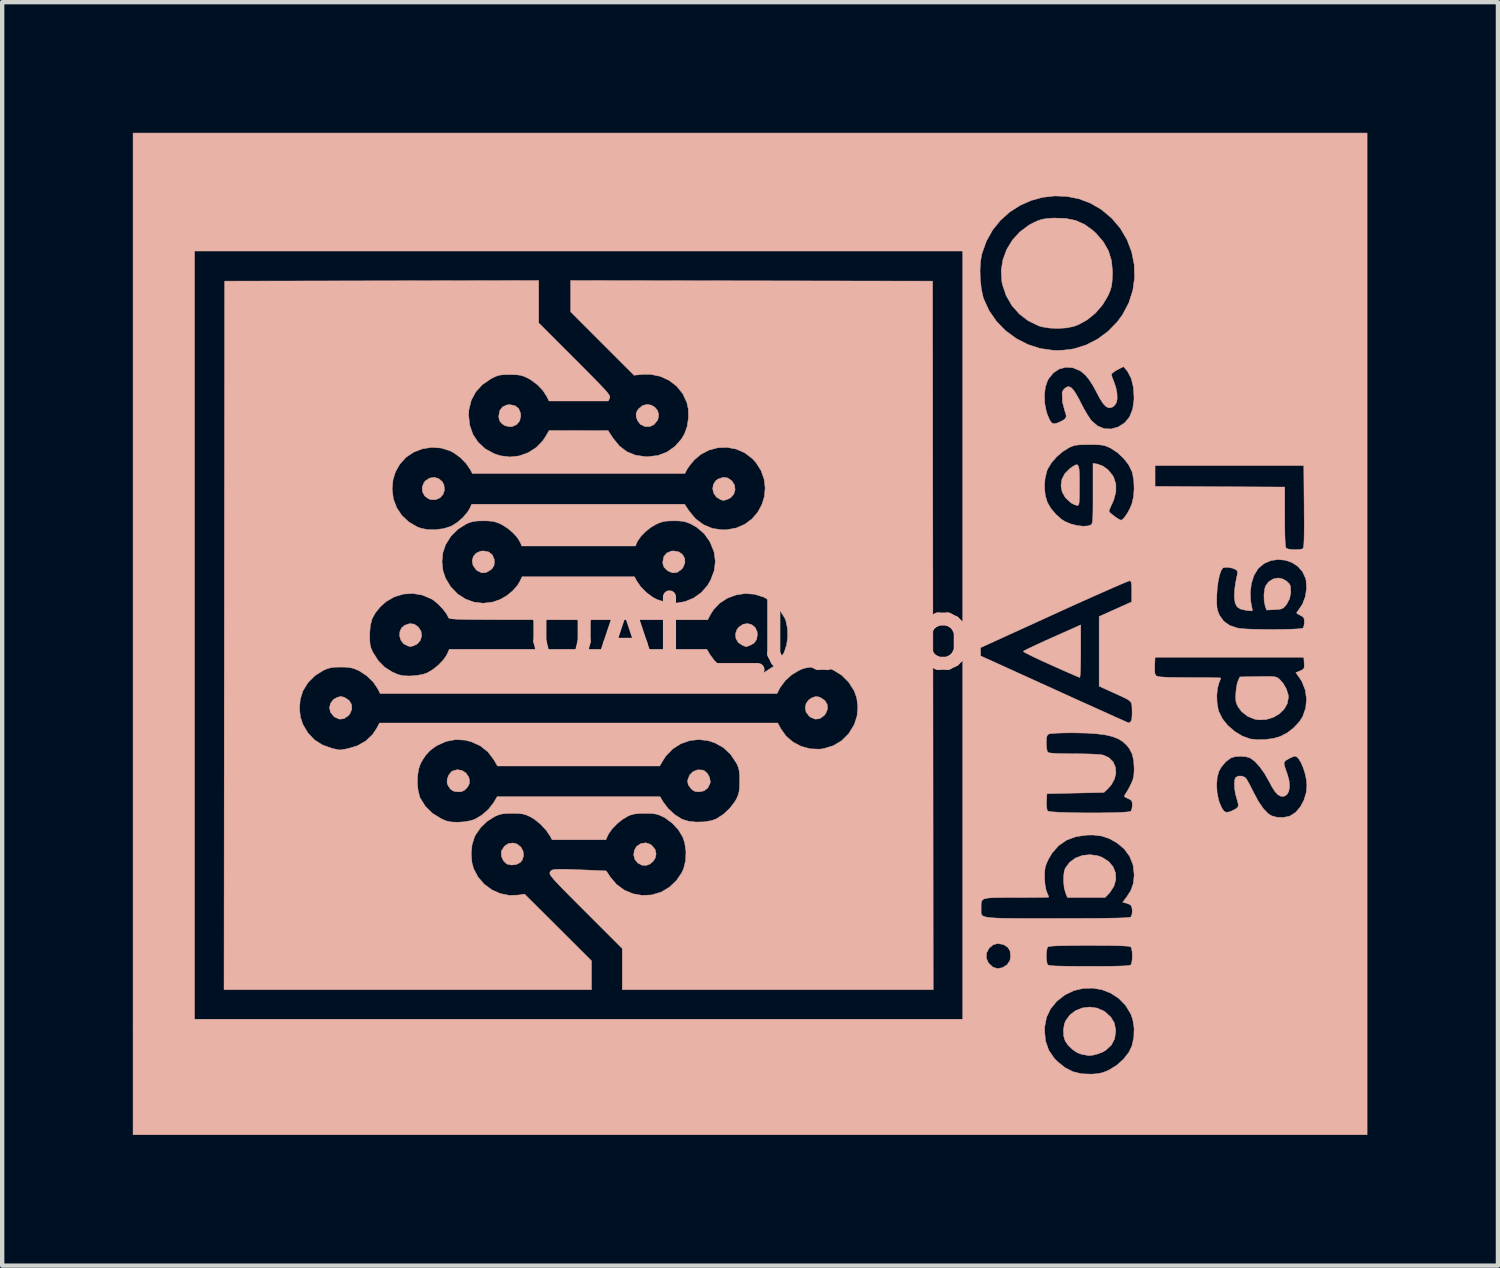
<source format=kicad_pcb>
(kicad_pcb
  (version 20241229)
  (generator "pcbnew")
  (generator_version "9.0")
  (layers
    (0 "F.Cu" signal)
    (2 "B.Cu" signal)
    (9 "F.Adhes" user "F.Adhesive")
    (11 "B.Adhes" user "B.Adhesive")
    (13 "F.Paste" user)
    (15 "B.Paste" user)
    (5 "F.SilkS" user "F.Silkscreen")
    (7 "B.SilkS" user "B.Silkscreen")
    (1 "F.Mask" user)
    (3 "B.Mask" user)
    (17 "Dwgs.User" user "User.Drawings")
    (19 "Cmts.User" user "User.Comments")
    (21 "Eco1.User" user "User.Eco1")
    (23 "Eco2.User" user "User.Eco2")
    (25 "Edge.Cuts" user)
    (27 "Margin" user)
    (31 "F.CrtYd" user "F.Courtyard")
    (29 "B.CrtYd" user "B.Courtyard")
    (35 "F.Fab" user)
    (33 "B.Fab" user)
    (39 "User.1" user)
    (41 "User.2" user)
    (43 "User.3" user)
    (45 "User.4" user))
  (footprint "OAL_logo"
    (layer "F.Cu")
    (at 14.173 11.491)
    (property "Reference" "OAL_logo" (at 0 0 0) (layer "B.SilkS") (effects (font (size 1.524 1.524) (thickness 0.3))))
    (attr through_hole)
    (fp_poly (pts (xy -7.15 -3.551) (xy -7.068 -3.481) (xy -7.029 -3.405) (xy -7.016 -3.29) (xy -7.049 -3.19) (xy -7.118 -3.113) (xy -7.212 -3.069) (xy -7.321 -3.068) (xy -7.381 -3.087) (xy -7.472 -3.154) (xy -7.522 -3.248) (xy -7.529 -3.354) (xy -7.489 -3.457) (xy -7.453 -3.502) (xy -7.356 -3.564) (xy -7.25 -3.58) (xy -7.15 -3.551)) (stroke (width 0.01) (type solid)) (fill yes) (layer "B.SilkS"))
    (fp_poly (pts (xy -9.356 1.459) (xy -9.301 1.479) (xy -9.204 1.545) (xy -9.15 1.637) (xy -9.144 1.741) (xy -9.187 1.845) (xy -9.226 1.893) (xy -9.325 1.961) (xy -9.427 1.972) (xy -9.533 1.927) (xy -9.565 1.902) (xy -9.635 1.812) (xy -9.657 1.71) (xy -9.634 1.609) (xy -9.568 1.523) (xy -9.495 1.479) (xy -9.419 1.454) (xy -9.356 1.459)) (stroke (width 0.01) (type solid)) (fill yes) (layer "B.SilkS"))
    (fp_poly (pts (xy -6.004 -1.868) (xy -5.92 -1.803) (xy -5.876 -1.701) (xy -5.87 -1.641) (xy -5.881 -1.553) (xy -5.922 -1.488) (xy -5.957 -1.456) (xy -6.063 -1.394) (xy -6.167 -1.389) (xy -6.267 -1.439) (xy -6.296 -1.465) (xy -6.363 -1.564) (xy -6.381 -1.667) (xy -6.355 -1.763) (xy -6.29 -1.839) (xy -6.191 -1.884) (xy -6.124 -1.891) (xy -6.004 -1.868)) (stroke (width 0.01) (type solid)) (fill yes) (layer "B.SilkS"))
    (fp_poly (pts (xy -5.399 -5.226) (xy -5.315 -5.161) (xy -5.271 -5.057) (xy -5.265 -4.991) (xy -5.29 -4.878) (xy -5.358 -4.793) (xy -5.46 -4.747) (xy -5.517 -4.741) (xy -5.628 -4.767) (xy -5.692 -4.809) (xy -5.748 -4.873) (xy -5.769 -4.95) (xy -5.77 -4.991) (xy -5.748 -5.112) (xy -5.683 -5.198) (xy -5.582 -5.243) (xy -5.517 -5.249) (xy -5.399 -5.226)) (stroke (width 0.01) (type solid)) (fill yes) (layer "B.SilkS"))
    (fp_poly (pts (xy -5.351 4.84) (xy -5.263 4.909) (xy -5.212 5.003) (xy -5.201 5.108) (xy -5.232 5.208) (xy -5.276 5.262) (xy -5.364 5.308) (xy -5.472 5.322) (xy -5.575 5.301) (xy -5.593 5.292) (xy -5.663 5.225) (xy -5.706 5.129) (xy -5.714 5.029) (xy -5.705 4.992) (xy -5.64 4.889) (xy -5.548 4.828) (xy -5.439 4.815) (xy -5.351 4.84)) (stroke (width 0.01) (type solid)) (fill yes) (layer "B.SilkS"))
    (fp_poly (pts (xy -2.297 4.843) (xy -2.247 4.88) (xy -2.179 4.967) (xy -2.158 5.061) (xy -2.175 5.154) (xy -2.224 5.235) (xy -2.297 5.297) (xy -2.385 5.33) (xy -2.483 5.325) (xy -2.577 5.276) (xy -2.646 5.191) (xy -2.672 5.089) (xy -2.658 4.985) (xy -2.605 4.894) (xy -2.517 4.833) (xy -2.502 4.828) (xy -2.393 4.811) (xy -2.297 4.843)) (stroke (width 0.01) (type solid)) (fill yes) (layer "B.SilkS"))
    (fp_poly (pts (xy -1.634 -1.868) (xy -1.55 -1.807) (xy -1.502 -1.721) (xy -1.496 -1.621) (xy -1.536 -1.518) (xy -1.578 -1.465) (xy -1.677 -1.398) (xy -1.779 -1.387) (xy -1.885 -1.431) (xy -1.917 -1.456) (xy -1.978 -1.521) (xy -2.002 -1.594) (xy -2.004 -1.641) (xy -1.981 -1.759) (xy -1.915 -1.842) (xy -1.811 -1.886) (xy -1.75 -1.891) (xy -1.634 -1.868)) (stroke (width 0.01) (type solid)) (fill yes) (layer "B.SilkS"))
    (fp_poly (pts (xy 1.566 1.459) (xy 1.621 1.479) (xy 1.718 1.545) (xy 1.772 1.637) (xy 1.778 1.741) (xy 1.735 1.845) (xy 1.696 1.893) (xy 1.597 1.961) (xy 1.495 1.972) (xy 1.389 1.927) (xy 1.357 1.902) (xy 1.287 1.812) (xy 1.265 1.71) (xy 1.288 1.609) (xy 1.354 1.523) (xy 1.427 1.479) (xy 1.503 1.454) (xy 1.566 1.459)) (stroke (width 0.01) (type solid)) (fill yes) (layer "B.SilkS"))
    (fp_poly (pts (xy -2.274 -5.24) (xy -2.191 -5.193) (xy -2.129 -5.121) (xy -2.099 -5.029) (xy -2.112 -4.925) (xy -2.129 -4.886) (xy -2.204 -4.794) (xy -2.301 -4.746) (xy -2.409 -4.745) (xy -2.512 -4.794) (xy -2.525 -4.805) (xy -2.586 -4.886) (xy -2.614 -4.969) (xy -2.617 -5.048) (xy -2.589 -5.114) (xy -2.554 -5.159) (xy -2.467 -5.229) (xy -2.37 -5.254) (xy -2.274 -5.24)) (stroke (width 0.01) (type solid)) (fill yes) (layer "B.SilkS"))
    (fp_poly (pts (xy -1.098 3.14) (xy -1.043 3.162) (xy -0.976 3.224) (xy -0.929 3.315) (xy -0.913 3.409) (xy -0.917 3.439) (xy -0.969 3.55) (xy -1.057 3.618) (xy -1.174 3.641) (xy -1.261 3.632) (xy -1.324 3.598) (xy -1.369 3.551) (xy -1.419 3.478) (xy -1.434 3.409) (xy -1.429 3.36) (xy -1.387 3.253) (xy -1.309 3.176) (xy -1.208 3.136) (xy -1.098 3.14)) (stroke (width 0.01) (type solid)) (fill yes) (layer "B.SilkS"))
    (fp_poly (pts (xy -0.512 -3.566) (xy -0.421 -3.502) (xy -0.359 -3.406) (xy -0.344 -3.3) (xy -0.372 -3.199) (xy -0.44 -3.117) (xy -0.511 -3.079) (xy -0.58 -3.057) (xy -0.622 -3.052) (xy -0.665 -3.064) (xy -0.677 -3.068) (xy -0.773 -3.128) (xy -0.834 -3.215) (xy -0.858 -3.315) (xy -0.844 -3.415) (xy -0.79 -3.501) (xy -0.733 -3.542) (xy -0.616 -3.581) (xy -0.512 -3.566)) (stroke (width 0.01) (type solid)) (fill yes) (layer "B.SilkS"))
    (fp_poly (pts (xy -7.71 -0.209) (xy -7.618 -0.143) (xy -7.556 -0.047) (xy -7.541 0.058) (xy -7.569 0.159) (xy -7.637 0.241) (xy -7.708 0.279) (xy -7.769 0.299) (xy -7.8 0.307) (xy -7.801 0.307) (xy -7.826 0.299) (xy -7.86 0.29) (xy -7.953 0.243) (xy -8.016 0.163) (xy -8.046 0.066) (xy -8.042 -0.034) (xy -8.002 -0.124) (xy -7.931 -0.183) (xy -7.814 -0.222) (xy -7.71 -0.209)) (stroke (width 0.01) (type solid)) (fill yes) (layer "B.SilkS"))
    (fp_poly (pts (xy 0.039 -0.197) (xy 0.116 -0.134) (xy 0.161 -0.038) (xy 0.168 0.023) (xy 0.151 0.141) (xy 0.093 0.223) (xy 0.013 0.271) (xy -0.052 0.296) (xy -0.088 0.308) (xy -0.091 0.309) (xy -0.12 0.298) (xy -0.169 0.279) (xy -0.268 0.215) (xy -0.324 0.123) (xy -0.336 0.018) (xy -0.3 -0.087) (xy -0.256 -0.143) (xy -0.16 -0.207) (xy -0.057 -0.223) (xy 0.039 -0.197)) (stroke (width 0.01) (type solid)) (fill yes) (layer "B.SilkS"))
    (fp_poly (pts (xy -6.616 3.15) (xy -6.524 3.209) (xy -6.461 3.302) (xy -6.445 3.36) (xy -6.442 3.439) (xy -6.47 3.505) (xy -6.505 3.551) (xy -6.567 3.611) (xy -6.634 3.637) (xy -6.7 3.641) (xy -6.801 3.628) (xy -6.87 3.586) (xy -6.879 3.577) (xy -6.93 3.505) (xy -6.957 3.439) (xy -6.955 3.349) (xy -6.918 3.254) (xy -6.857 3.179) (xy -6.831 3.162) (xy -6.723 3.132) (xy -6.616 3.15)) (stroke (width 0.01) (type solid)) (fill yes) (layer "B.SilkS"))
    (fp_poly (pts (xy 7.982 5.108) (xy 8.088 5.147) (xy 8.235 5.242) (xy 8.337 5.364) (xy 8.392 5.505) (xy 8.398 5.655) (xy 8.355 5.807) (xy 8.261 5.952) (xy 8.226 5.991) (xy 8.149 6.068) (xy 7.287 6.068) (xy 7.242 5.954) (xy 7.213 5.846) (xy 7.199 5.713) (xy 7.2 5.577) (xy 7.215 5.459) (xy 7.238 5.393) (xy 7.337 5.26) (xy 7.471 5.161) (xy 7.631 5.101) (xy 7.805 5.083) (xy 7.982 5.108)) (stroke (width 0.01) (type solid)) (fill yes) (layer "B.SilkS"))
    (fp_poly (pts (xy 12.223 -1.25) (xy 12.315 -1.2) (xy 12.384 -1.133) (xy 12.406 -1.086) (xy 12.417 -0.942) (xy 12.387 -0.792) (xy 12.32 -0.664) (xy 12.312 -0.654) (xy 12.263 -0.598) (xy 12.217 -0.566) (xy 12.155 -0.55) (xy 12.059 -0.543) (xy 12.044 -0.542) (xy 11.86 -0.534) (xy 11.828 -0.624) (xy 11.803 -0.749) (xy 11.8 -0.894) (xy 11.819 -1.029) (xy 11.837 -1.086) (xy 11.905 -1.181) (xy 12.008 -1.246) (xy 12.127 -1.27) (xy 12.223 -1.25)) (stroke (width 0.01) (type solid)) (fill yes) (layer "B.SilkS"))
    (fp_poly (pts (xy 7.54 -3.837) (xy 7.555 -3.767) (xy 7.562 -3.654) (xy 7.563 -3.492) (xy 7.564 -3.401) (xy 7.563 -3.229) (xy 7.561 -3.105) (xy 7.557 -3.022) (xy 7.55 -2.971) (xy 7.539 -2.945) (xy 7.523 -2.936) (xy 7.511 -2.935) (xy 7.455 -2.95) (xy 7.381 -2.988) (xy 7.364 -2.999) (xy 7.242 -3.111) (xy 7.166 -3.244) (xy 7.139 -3.387) (xy 7.159 -3.531) (xy 7.227 -3.666) (xy 7.343 -3.782) (xy 7.347 -3.785) (xy 7.422 -3.837) (xy 7.477 -3.867) (xy 7.515 -3.869) (xy 7.54 -3.837)) (stroke (width 0.01) (type solid)) (fill yes) (layer "B.SilkS"))
    (fp_poly (pts (xy 7.592 0.412) (xy 7.591 0.59) (xy 7.588 0.747) (xy 7.584 0.874) (xy 7.579 0.965) (xy 7.573 1.011) (xy 7.571 1.015) (xy 7.54 1.003) (xy 7.465 0.972) (xy 7.353 0.924) (xy 7.212 0.862) (xy 7.047 0.789) (xy 6.907 0.726) (xy 6.732 0.647) (xy 6.575 0.574) (xy 6.444 0.511) (xy 6.346 0.461) (xy 6.287 0.428) (xy 6.273 0.416) (xy 6.3 0.398) (xy 6.371 0.361) (xy 6.48 0.309) (xy 6.621 0.243) (xy 6.784 0.168) (xy 6.936 0.1) (xy 7.592 -0.192) (xy 7.592 0.412)) (stroke (width 0.01) (type solid)) (fill yes) (layer "B.SilkS"))
    (fp_poly (pts (xy 7.969 8.606) (xy 8.124 8.675) (xy 8.162 8.702) (xy 8.287 8.818) (xy 8.362 8.945) (xy 8.393 9.094) (xy 8.395 9.149) (xy 8.369 9.315) (xy 8.293 9.458) (xy 8.17 9.572) (xy 8.1 9.613) (xy 7.992 9.656) (xy 7.88 9.686) (xy 7.787 9.697) (xy 7.747 9.693) (xy 7.702 9.683) (xy 7.628 9.67) (xy 7.611 9.667) (xy 7.511 9.629) (xy 7.403 9.556) (xy 7.304 9.461) (xy 7.236 9.363) (xy 7.201 9.248) (xy 7.195 9.109) (xy 7.217 8.972) (xy 7.246 8.897) (xy 7.345 8.762) (xy 7.479 8.662) (xy 7.635 8.602) (xy 7.802 8.582) (xy 7.969 8.606)) (stroke (width 0.01) (type solid)) (fill yes) (layer "B.SilkS"))
    (fp_poly (pts (xy 12.014 0.995) (xy 12.068 1.004) (xy 12.106 1.019) (xy 12.14 1.043) (xy 12.159 1.058) (xy 12.246 1.158) (xy 12.316 1.284) (xy 12.356 1.414) (xy 12.361 1.472) (xy 12.335 1.615) (xy 12.262 1.744) (xy 12.152 1.851) (xy 12.013 1.931) (xy 11.855 1.979) (xy 11.687 1.988) (xy 11.585 1.972) (xy 11.425 1.907) (xy 11.289 1.801) (xy 11.206 1.69) (xy 11.171 1.618) (xy 11.153 1.548) (xy 11.15 1.459) (xy 11.154 1.372) (xy 11.166 1.257) (xy 11.185 1.154) (xy 11.207 1.086) (xy 11.247 1.002) (xy 11.66 0.994) (xy 11.821 0.991) (xy 11.936 0.991) (xy 12.014 0.995)) (stroke (width 0.01) (type solid)) (fill yes) (layer "B.SilkS"))
    (fp_poly (pts (xy 7.24 -9.527) (xy 7.472 -9.48) (xy 7.678 -9.389) (xy 7.869 -9.252) (xy 7.949 -9.178) (xy 8.116 -8.982) (xy 8.231 -8.777) (xy 8.299 -8.554) (xy 8.322 -8.303) (xy 8.32 -8.213) (xy 8.312 -8.072) (xy 8.297 -7.966) (xy 8.271 -7.872) (xy 8.228 -7.771) (xy 8.22 -7.754) (xy 8.095 -7.543) (xy 7.932 -7.354) (xy 7.742 -7.198) (xy 7.535 -7.084) (xy 7.424 -7.044) (xy 7.261 -7.012) (xy 7.072 -7) (xy 6.881 -7.008) (xy 6.709 -7.035) (xy 6.632 -7.057) (xy 6.392 -7.172) (xy 6.183 -7.331) (xy 6.01 -7.528) (xy 5.879 -7.756) (xy 5.794 -8.009) (xy 5.78 -8.083) (xy 5.766 -8.331) (xy 5.805 -8.576) (xy 5.891 -8.81) (xy 6.021 -9.025) (xy 6.191 -9.213) (xy 6.396 -9.367) (xy 6.505 -9.427) (xy 6.61 -9.474) (xy 6.7 -9.504) (xy 6.797 -9.521) (xy 6.921 -9.531) (xy 6.974 -9.534) (xy 7.24 -9.527)) (stroke (width 0.01) (type solid)) (fill yes) (layer "B.SilkS"))
    (fp_poly (pts (xy -4.854 -7.126) (xy -4.024 -6.296) (xy -3.82 -6.092) (xy -3.653 -5.923) (xy -3.518 -5.787) (xy -3.414 -5.679) (xy -3.336 -5.595) (xy -3.281 -5.532) (xy -3.245 -5.485) (xy -3.226 -5.452) (xy -3.219 -5.427) (xy -3.222 -5.408) (xy -3.224 -5.4) (xy -3.255 -5.334) (xy -4.618 -5.334) (xy -4.665 -5.433) (xy -4.756 -5.574) (xy -4.885 -5.709) (xy -5.036 -5.821) (xy -5.1 -5.857) (xy -5.189 -5.898) (xy -5.267 -5.923) (xy -5.356 -5.935) (xy -5.474 -5.939) (xy -5.517 -5.94) (xy -5.644 -5.938) (xy -5.734 -5.93) (xy -5.808 -5.911) (xy -5.886 -5.877) (xy -5.95 -5.844) (xy -6.147 -5.709) (xy -6.299 -5.543) (xy -6.402 -5.35) (xy -6.456 -5.132) (xy -6.463 -5.009) (xy -6.437 -4.774) (xy -6.362 -4.563) (xy -6.241 -4.382) (xy -6.079 -4.234) (xy -5.877 -4.124) (xy -5.732 -4.076) (xy -5.515 -4.049) (xy -5.3 -4.073) (xy -5.096 -4.146) (xy -4.913 -4.263) (xy -4.76 -4.42) (xy -4.699 -4.512) (xy -4.614 -4.656) (xy -3.26 -4.653) (xy -3.147 -4.48) (xy -3.001 -4.3) (xy -2.83 -4.17) (xy -2.631 -4.089) (xy -2.404 -4.056) (xy -2.342 -4.055) (xy -2.114 -4.083) (xy -1.907 -4.162) (xy -1.726 -4.289) (xy -1.576 -4.46) (xy -1.507 -4.576) (xy -1.445 -4.748) (xy -1.415 -4.945) (xy -1.418 -5.143) (xy -1.452 -5.3) (xy -1.547 -5.503) (xy -1.685 -5.673) (xy -1.857 -5.806) (xy -2.056 -5.898) (xy -2.276 -5.944) (xy -2.467 -5.944) (xy -2.665 -5.925) (xy -3.393 -6.652) (xy -4.12 -7.38) (xy -4.12 -8.1) (xy 4.191 -8.086) (xy 4.198 0.049) (xy 4.205 8.184) (xy -2.935 8.184) (xy -2.935 7.239) (xy -3.779 6.395) (xy -3.985 6.189) (xy -4.155 6.018) (xy -4.291 5.88) (xy -4.397 5.77) (xy -4.477 5.685) (xy -4.533 5.621) (xy -4.57 5.573) (xy -4.591 5.538) (xy -4.598 5.513) (xy -4.597 5.494) (xy -4.593 5.485) (xy -4.58 5.461) (xy -4.559 5.443) (xy -4.524 5.43) (xy -4.469 5.422) (xy -4.388 5.419) (xy -4.275 5.419) (xy -4.122 5.423) (xy -3.924 5.43) (xy -3.748 5.437) (xy -3.304 5.456) (xy -3.205 5.604) (xy -3.062 5.771) (xy -2.887 5.898) (xy -2.688 5.981) (xy -2.475 6.019) (xy -2.259 6.008) (xy -2.047 5.945) (xy -2.036 5.94) (xy -1.851 5.829) (xy -1.692 5.678) (xy -1.569 5.5) (xy -1.526 5.404) (xy -1.481 5.219) (xy -1.472 5.016) (xy -1.5 4.817) (xy -1.545 4.68) (xy -1.645 4.514) (xy -1.785 4.362) (xy -1.947 4.241) (xy -2 4.213) (xy -2.088 4.173) (xy -2.167 4.15) (xy -2.258 4.138) (xy -2.382 4.135) (xy -2.413 4.135) (xy -2.556 4.138) (xy -2.662 4.151) (xy -2.75 4.175) (xy -2.8 4.196) (xy -2.927 4.271) (xy -3.055 4.374) (xy -3.166 4.489) (xy -3.246 4.602) (xy -3.26 4.628) (xy -3.311 4.741) (xy -4.546 4.741) (xy -4.594 4.651) (xy -4.688 4.515) (xy -4.815 4.38) (xy -4.956 4.267) (xy -5.048 4.213) (xy -5.136 4.173) (xy -5.215 4.15) (xy -5.307 4.138) (xy -5.431 4.135) (xy -5.461 4.135) (xy -5.594 4.137) (xy -5.69 4.147) (xy -5.77 4.168) (xy -5.855 4.203) (xy -5.874 4.213) (xy -6.041 4.32) (xy -6.189 4.464) (xy -6.303 4.628) (xy -6.329 4.68) (xy -6.384 4.86) (xy -6.403 5.061) (xy -6.387 5.262) (xy -6.349 5.403) (xy -6.247 5.597) (xy -6.105 5.761) (xy -5.932 5.889) (xy -5.736 5.977) (xy -5.526 6.019) (xy -5.32 6.011) (xy -5.179 5.988) (xy -4.41 6.754) (xy -3.641 7.521) (xy -3.641 8.184) (xy -12.079 8.184) (xy -12.075 3.443) (xy -7.639 3.443) (xy -7.623 3.609) (xy -7.588 3.75) (xy -7.575 3.783) (xy -7.455 3.975) (xy -7.29 4.136) (xy -7.083 4.263) (xy -6.975 4.309) (xy -6.86 4.333) (xy -6.714 4.339) (xy -6.556 4.328) (xy -6.41 4.301) (xy -6.318 4.27) (xy -6.157 4.174) (xy -6.007 4.042) (xy -5.889 3.891) (xy -5.88 3.876) (xy -5.808 3.754) (xy -2.066 3.754) (xy -1.994 3.876) (xy -1.88 4.027) (xy -1.731 4.164) (xy -1.568 4.266) (xy -1.556 4.272) (xy -1.412 4.316) (xy -1.238 4.335) (xy -1.056 4.33) (xy -0.887 4.302) (xy -0.776 4.262) (xy -0.617 4.16) (xy -0.468 4.021) (xy -0.347 3.864) (xy -0.309 3.796) (xy -0.275 3.717) (xy -0.254 3.64) (xy -0.243 3.547) (xy -0.24 3.419) (xy -0.24 3.387) (xy -0.242 3.253) (xy -0.25 3.159) (xy -0.267 3.085) (xy -0.296 3.015) (xy -0.316 2.977) (xy -0.449 2.777) (xy -0.612 2.625) (xy -0.809 2.516) (xy -0.956 2.468) (xy -1.174 2.44) (xy -1.389 2.465) (xy -1.592 2.537) (xy -1.775 2.654) (xy -1.928 2.811) (xy -1.99 2.903) (xy -2.074 3.047) (xy -5.8 3.047) (xy -5.884 2.903) (xy -6.021 2.722) (xy -6.193 2.585) (xy -6.4 2.491) (xy -6.55 2.453) (xy -6.764 2.442) (xy -6.979 2.483) (xy -7.184 2.575) (xy -7.24 2.611) (xy -7.351 2.695) (xy -7.437 2.786) (xy -7.515 2.9) (xy -7.567 2.992) (xy -7.61 3.115) (xy -7.634 3.272) (xy -7.639 3.443) (xy -12.075 3.443) (xy -12.074 1.72) (xy -10.347 1.72) (xy -10.325 1.925) (xy -10.27 2.09) (xy -10.151 2.291) (xy -10 2.449) (xy -9.815 2.566) (xy -9.589 2.646) (xy -9.424 2.679) (xy -9.39 2.675) (xy -9.318 2.664) (xy -9.242 2.65) (xy -9.019 2.584) (xy -8.827 2.475) (xy -8.67 2.327) (xy -8.577 2.188) (xy -8.509 2.06) (xy 0.635 2.06) (xy 0.703 2.188) (xy 0.824 2.359) (xy 0.984 2.497) (xy 1.173 2.596) (xy 1.38 2.653) (xy 1.595 2.661) (xy 1.686 2.649) (xy 1.91 2.582) (xy 2.103 2.467) (xy 2.264 2.306) (xy 2.389 2.103) (xy 2.394 2.092) (xy 2.456 1.899) (xy 2.474 1.691) (xy 2.449 1.486) (xy 2.391 1.322) (xy 2.265 1.124) (xy 2.104 0.963) (xy 1.923 0.851) (xy 1.828 0.811) (xy 1.739 0.789) (xy 1.633 0.778) (xy 1.524 0.776) (xy 1.39 0.779) (xy 1.29 0.792) (xy 1.202 0.818) (xy 1.125 0.851) (xy 0.956 0.953) (xy 0.807 1.088) (xy 0.694 1.24) (xy 0.678 1.269) (xy 0.62 1.383) (xy -8.494 1.383) (xy -8.552 1.269) (xy -8.656 1.116) (xy -8.8 0.977) (xy -8.966 0.867) (xy -8.999 0.851) (xy -9.094 0.811) (xy -9.183 0.789) (xy -9.289 0.778) (xy -9.398 0.776) (xy -9.532 0.779) (xy -9.632 0.792) (xy -9.72 0.818) (xy -9.797 0.851) (xy -9.989 0.971) (xy -10.149 1.131) (xy -10.268 1.322) (xy -10.328 1.513) (xy -10.347 1.72) (xy -12.074 1.72) (xy -12.072 0.049) (xy -12.072 0.042) (xy -8.734 0.042) (xy -8.732 0.174) (xy -8.723 0.267) (xy -8.703 0.343) (xy -8.669 0.42) (xy -8.658 0.44) (xy -8.537 0.631) (xy -8.393 0.777) (xy -8.215 0.89) (xy -8.076 0.95) (xy -7.96 0.975) (xy -7.812 0.981) (xy -7.654 0.969) (xy -7.506 0.941) (xy -7.416 0.91) (xy -7.29 0.837) (xy -7.162 0.735) (xy -7.05 0.62) (xy -6.97 0.507) (xy -6.957 0.48) (xy -6.906 0.367) (xy -0.993 0.367) (xy -0.922 0.488) (xy -0.82 0.626) (xy -0.686 0.759) (xy -0.539 0.868) (xy -0.457 0.913) (xy -0.371 0.945) (xy -0.277 0.964) (xy -0.157 0.972) (xy -0.071 0.974) (xy 0.056 0.972) (xy 0.146 0.964) (xy 0.22 0.945) (xy 0.298 0.911) (xy 0.361 0.877) (xy 0.535 0.763) (xy 0.667 0.627) (xy 0.774 0.453) (xy 0.787 0.425) (xy 0.84 0.262) (xy 0.864 0.076) (xy 0.858 -0.113) (xy 0.823 -0.284) (xy 0.799 -0.345) (xy 0.691 -0.519) (xy 0.543 -0.676) (xy 0.371 -0.799) (xy 0.303 -0.834) (xy 0.098 -0.897) (xy -0.114 -0.912) (xy -0.323 -0.88) (xy -0.521 -0.806) (xy -0.696 -0.693) (xy -0.839 -0.543) (xy -0.905 -0.439) (xy -0.974 -0.31) (xy -3.942 -0.31) (xy -4.416 -0.31) (xy -4.836 -0.311) (xy -5.207 -0.311) (xy -5.53 -0.311) (xy -5.81 -0.312) (xy -6.049 -0.313) (xy -6.252 -0.314) (xy -6.42 -0.316) (xy -6.557 -0.318) (xy -6.666 -0.321) (xy -6.751 -0.324) (xy -6.815 -0.329) (xy -6.861 -0.333) (xy -6.892 -0.339) (xy -6.911 -0.345) (xy -6.921 -0.353) (xy -6.927 -0.361) (xy -6.928 -0.367) (xy -6.973 -0.452) (xy -7.05 -0.553) (xy -7.146 -0.655) (xy -7.248 -0.743) (xy -7.314 -0.788) (xy -7.524 -0.877) (xy -7.743 -0.914) (xy -7.961 -0.9) (xy -8.17 -0.836) (xy -8.362 -0.724) (xy -8.491 -0.607) (xy -8.605 -0.468) (xy -8.679 -0.332) (xy -8.719 -0.182) (xy -8.734 0.001) (xy -8.734 0.042) (xy -12.072 0.042) (xy -12.071 -1.642) (xy -7.074 -1.642) (xy -7.051 -1.435) (xy -6.995 -1.267) (xy -6.874 -1.066) (xy -6.719 -0.905) (xy -6.538 -0.787) (xy -6.339 -0.715) (xy -6.126 -0.69) (xy -5.909 -0.717) (xy -5.738 -0.776) (xy -5.589 -0.862) (xy -5.451 -0.975) (xy -5.34 -1.1) (xy -5.29 -1.184) (xy -5.235 -1.298) (xy -3.945 -1.298) (xy -2.654 -1.298) (xy -2.608 -1.209) (xy -2.511 -1.067) (xy -2.377 -0.932) (xy -2.224 -0.82) (xy -2.137 -0.775) (xy -1.923 -0.707) (xy -1.706 -0.692) (xy -1.495 -0.727) (xy -1.298 -0.808) (xy -1.122 -0.933) (xy -0.977 -1.098) (xy -0.904 -1.224) (xy -0.823 -1.44) (xy -0.798 -1.651) (xy -0.826 -1.86) (xy -0.831 -1.879) (xy -0.922 -2.102) (xy -1.055 -2.289) (xy -1.229 -2.437) (xy -1.355 -2.508) (xy -1.447 -2.547) (xy -1.534 -2.57) (xy -1.639 -2.58) (xy -1.75 -2.582) (xy -1.884 -2.579) (xy -1.983 -2.567) (xy -2.072 -2.541) (xy -2.151 -2.507) (xy -2.28 -2.431) (xy -2.406 -2.33) (xy -2.512 -2.219) (xy -2.586 -2.112) (xy -2.596 -2.09) (xy -2.632 -2.004) (xy -5.242 -2.004) (xy -5.278 -2.09) (xy -5.342 -2.194) (xy -5.442 -2.306) (xy -5.565 -2.41) (xy -5.694 -2.492) (xy -5.723 -2.507) (xy -5.818 -2.547) (xy -5.907 -2.57) (xy -6.012 -2.58) (xy -6.124 -2.582) (xy -6.259 -2.579) (xy -6.359 -2.566) (xy -6.447 -2.541) (xy -6.519 -2.509) (xy -6.706 -2.391) (xy -6.867 -2.231) (xy -6.99 -2.038) (xy -6.991 -2.037) (xy -7.054 -1.848) (xy -7.074 -1.642) (xy -12.071 -1.642) (xy -12.069 -3.311) (xy -8.218 -3.311) (xy -8.192 -3.09) (xy -8.116 -2.885) (xy -7.995 -2.704) (xy -7.834 -2.554) (xy -7.639 -2.441) (xy -7.554 -2.41) (xy -7.398 -2.38) (xy -7.217 -2.379) (xy -7.034 -2.404) (xy -6.872 -2.455) (xy -6.848 -2.466) (xy -6.717 -2.549) (xy -6.59 -2.661) (xy -6.486 -2.784) (xy -6.429 -2.881) (xy -6.393 -2.963) (xy -1.504 -2.963) (xy -1.401 -2.808) (xy -1.25 -2.627) (xy -1.069 -2.493) (xy -0.865 -2.408) (xy -0.641 -2.375) (xy -0.538 -2.377) (xy -0.316 -2.418) (xy -0.122 -2.503) (xy 0.042 -2.624) (xy 0.173 -2.775) (xy 0.269 -2.949) (xy 0.328 -3.138) (xy 0.346 -3.337) (xy 0.322 -3.538) (xy 0.253 -3.735) (xy 0.136 -3.919) (xy 0.051 -4.012) (xy -0.122 -4.144) (xy -0.317 -4.229) (xy -0.525 -4.268) (xy -0.736 -4.261) (xy -0.941 -4.207) (xy -1.13 -4.109) (xy -1.281 -3.98) (xy -1.355 -3.894) (xy -1.419 -3.809) (xy -1.451 -3.758) (xy -1.497 -3.669) (xy -6.377 -3.669) (xy -6.423 -3.758) (xy -6.519 -3.898) (xy -6.651 -4.033) (xy -6.802 -4.144) (xy -6.89 -4.19) (xy -7.097 -4.254) (xy -7.311 -4.269) (xy -7.522 -4.236) (xy -7.721 -4.16) (xy -7.897 -4.043) (xy -8.039 -3.887) (xy -8.044 -3.88) (xy -8.143 -3.705) (xy -8.199 -3.525) (xy -8.218 -3.319) (xy -8.218 -3.311) (xy -12.069 -3.311) (xy -12.065 -8.086) (xy -8.46 -8.093) (xy -4.854 -8.1) (xy -4.854 -7.126)) (stroke (width 0.01) (type solid)) (fill yes) (layer "B.SilkS"))
    (fp_poly (pts (xy 14.168 11.515) (xy -14.168 11.515) (xy -14.168 9.13) (xy 6.762 9.13) (xy 6.785 9.365) (xy 6.858 9.573) (xy 6.981 9.756) (xy 7.055 9.832) (xy 7.232 9.974) (xy 7.411 10.066) (xy 7.607 10.114) (xy 7.835 10.123) (xy 7.836 10.123) (xy 7.972 10.113) (xy 8.077 10.093) (xy 8.18 10.056) (xy 8.25 10.023) (xy 8.423 9.916) (xy 8.576 9.777) (xy 8.697 9.621) (xy 8.767 9.476) (xy 8.811 9.281) (xy 8.818 9.073) (xy 8.788 8.874) (xy 8.743 8.743) (xy 8.623 8.545) (xy 8.468 8.385) (xy 8.285 8.265) (xy 8.083 8.185) (xy 7.869 8.148) (xy 7.651 8.154) (xy 7.436 8.204) (xy 7.233 8.301) (xy 7.048 8.445) (xy 7.037 8.456) (xy 6.897 8.628) (xy 6.807 8.817) (xy 6.766 9.032) (xy 6.762 9.13) (xy -14.168 9.13) (xy -14.168 -8.777) (xy -12.756 -8.777) (xy -12.756 8.862) (xy 4.882 8.862) (xy 4.882 7.453) (xy 5.424 7.453) (xy 5.469 7.563) (xy 5.479 7.576) (xy 5.574 7.665) (xy 5.679 7.699) (xy 5.795 7.678) (xy 5.902 7.611) (xy 5.967 7.512) (xy 5.983 7.415) (xy 5.982 7.408) (xy 6.802 7.408) (xy 6.807 7.507) (xy 6.821 7.583) (xy 6.835 7.614) (xy 6.862 7.624) (xy 6.923 7.633) (xy 7.021 7.639) (xy 7.161 7.643) (xy 7.347 7.646) (xy 7.582 7.648) (xy 7.789 7.648) (xy 8.064 7.648) (xy 8.285 7.646) (xy 8.459 7.642) (xy 8.587 7.637) (xy 8.675 7.631) (xy 8.727 7.622) (xy 8.743 7.614) (xy 8.762 7.569) (xy 8.774 7.486) (xy 8.777 7.408) (xy 8.772 7.309) (xy 8.758 7.233) (xy 8.743 7.202) (xy 8.717 7.192) (xy 8.656 7.184) (xy 8.558 7.178) (xy 8.418 7.173) (xy 8.232 7.17) (xy 7.997 7.169) (xy 7.789 7.168) (xy 7.515 7.169) (xy 7.293 7.171) (xy 7.12 7.174) (xy 6.991 7.179) (xy 6.903 7.186) (xy 6.852 7.195) (xy 6.835 7.202) (xy 6.817 7.248) (xy 6.805 7.331) (xy 6.802 7.408) (xy 5.982 7.408) (xy 5.969 7.295) (xy 5.92 7.212) (xy 5.831 7.154) (xy 5.823 7.15) (xy 5.697 7.123) (xy 5.585 7.15) (xy 5.49 7.229) (xy 5.431 7.338) (xy 5.424 7.453) (xy 4.882 7.453) (xy 4.882 6.405) (xy 5.304 6.405) (xy 5.308 6.439) (xy 5.32 6.467) (xy 5.345 6.49) (xy 5.388 6.508) (xy 5.451 6.522) (xy 5.539 6.532) (xy 5.657 6.539) (xy 5.807 6.544) (xy 5.996 6.546) (xy 6.226 6.548) (xy 6.501 6.548) (xy 6.827 6.548) (xy 7.052 6.548) (xy 7.422 6.547) (xy 7.739 6.546) (xy 8.006 6.545) (xy 8.226 6.542) (xy 8.403 6.539) (xy 8.539 6.535) (xy 8.638 6.53) (xy 8.703 6.524) (xy 8.737 6.517) (xy 8.743 6.514) (xy 8.768 6.459) (xy 8.776 6.38) (xy 8.768 6.3) (xy 8.745 6.246) (xy 8.742 6.243) (xy 8.688 6.214) (xy 8.631 6.195) (xy 8.556 6.176) (xy 8.65 6.052) (xy 8.743 5.906) (xy 8.797 5.754) (xy 8.818 5.576) (xy 8.818 5.532) (xy 8.793 5.316) (xy 8.715 5.121) (xy 8.588 4.949) (xy 8.427 4.815) (xy 8.249 4.714) (xy 8.071 4.655) (xy 7.873 4.632) (xy 7.737 4.634) (xy 7.485 4.669) (xy 7.268 4.749) (xy 7.085 4.875) (xy 6.935 5.045) (xy 6.851 5.188) (xy 6.803 5.293) (xy 6.776 5.379) (xy 6.764 5.47) (xy 6.762 5.591) (xy 6.762 5.602) (xy 6.772 5.765) (xy 6.796 5.895) (xy 6.811 5.937) (xy 6.84 6.007) (xy 6.857 6.051) (xy 6.858 6.057) (xy 6.831 6.06) (xy 6.755 6.063) (xy 6.637 6.065) (xy 6.485 6.066) (xy 6.305 6.067) (xy 6.111 6.068) (xy 5.877 6.068) (xy 5.693 6.069) (xy 5.553 6.072) (xy 5.452 6.081) (xy 5.383 6.096) (xy 5.339 6.12) (xy 5.316 6.154) (xy 5.307 6.2) (xy 5.305 6.261) (xy 5.306 6.318) (xy 5.305 6.365) (xy 5.304 6.405) (xy 4.882 6.405) (xy 4.882 2.521) (xy 6.802 2.521) (xy 6.807 2.623) (xy 6.821 2.7) (xy 6.835 2.732) (xy 6.869 2.745) (xy 6.944 2.754) (xy 7.063 2.761) (xy 7.231 2.765) (xy 7.435 2.766) (xy 7.625 2.768) (xy 7.797 2.772) (xy 7.943 2.779) (xy 8.052 2.787) (xy 8.112 2.797) (xy 8.243 2.858) (xy 8.336 2.953) (xy 8.388 3.071) (xy 8.4 3.204) (xy 8.369 3.344) (xy 8.294 3.48) (xy 8.215 3.57) (xy 8.124 3.655) (xy 7.47 3.669) (xy 6.816 3.683) (xy 6.807 3.862) (xy 6.808 3.974) (xy 6.82 4.054) (xy 6.832 4.081) (xy 6.868 4.092) (xy 6.953 4.101) (xy 7.078 4.109) (xy 7.235 4.115) (xy 7.415 4.12) (xy 7.611 4.123) (xy 7.814 4.124) (xy 8.015 4.124) (xy 8.208 4.121) (xy 8.383 4.117) (xy 8.532 4.112) (xy 8.648 4.104) (xy 8.721 4.094) (xy 8.743 4.087) (xy 8.765 4.038) (xy 8.777 3.961) (xy 8.777 3.944) (xy 8.771 3.87) (xy 8.743 3.827) (xy 8.676 3.793) (xy 8.676 3.793) (xy 8.612 3.764) (xy 8.593 3.739) (xy 8.609 3.704) (xy 8.62 3.689) (xy 8.658 3.629) (xy 8.707 3.541) (xy 8.74 3.476) (xy 10.713 3.476) (xy 10.723 3.653) (xy 10.756 3.822) (xy 10.784 3.906) (xy 10.836 4.021) (xy 10.885 4.088) (xy 10.94 4.112) (xy 11.011 4.099) (xy 11.061 4.079) (xy 11.154 4.032) (xy 11.202 3.988) (xy 11.211 3.93) (xy 11.189 3.842) (xy 11.176 3.801) (xy 11.144 3.683) (xy 11.125 3.559) (xy 11.121 3.444) (xy 11.132 3.353) (xy 11.153 3.308) (xy 11.218 3.278) (xy 11.299 3.28) (xy 11.37 3.313) (xy 11.38 3.323) (xy 11.411 3.368) (xy 11.458 3.452) (xy 11.514 3.56) (xy 11.557 3.646) (xy 11.674 3.864) (xy 11.789 4.031) (xy 11.9 4.145) (xy 11.979 4.193) (xy 12.105 4.226) (xy 12.249 4.228) (xy 12.381 4.202) (xy 12.398 4.195) (xy 12.524 4.114) (xy 12.633 3.989) (xy 12.717 3.832) (xy 12.77 3.656) (xy 12.785 3.5) (xy 12.774 3.368) (xy 12.746 3.229) (xy 12.704 3.095) (xy 12.654 2.976) (xy 12.599 2.885) (xy 12.545 2.831) (xy 12.515 2.822) (xy 12.465 2.835) (xy 12.39 2.869) (xy 12.359 2.886) (xy 12.302 2.919) (xy 12.27 2.951) (xy 12.261 2.993) (xy 12.274 3.057) (xy 12.308 3.157) (xy 12.33 3.217) (xy 12.375 3.374) (xy 12.388 3.514) (xy 12.37 3.628) (xy 12.324 3.707) (xy 12.263 3.742) (xy 12.191 3.744) (xy 12.122 3.709) (xy 12.051 3.633) (xy 11.974 3.51) (xy 11.923 3.412) (xy 11.817 3.225) (xy 11.703 3.065) (xy 11.59 2.941) (xy 11.483 2.863) (xy 11.482 2.862) (xy 11.386 2.834) (xy 11.264 2.824) (xy 11.141 2.832) (xy 11.044 2.86) (xy 11.041 2.862) (xy 10.921 2.951) (xy 10.817 3.076) (xy 10.763 3.175) (xy 10.726 3.31) (xy 10.713 3.476) (xy 8.74 3.476) (xy 8.743 3.471) (xy 8.786 3.371) (xy 8.81 3.276) (xy 8.818 3.162) (xy 8.819 3.104) (xy 8.807 2.917) (xy 8.771 2.767) (xy 8.705 2.642) (xy 8.646 2.568) (xy 8.558 2.487) (xy 8.452 2.422) (xy 8.32 2.371) (xy 8.158 2.333) (xy 7.959 2.308) (xy 7.718 2.292) (xy 7.428 2.286) (xy 7.357 2.286) (xy 7.193 2.288) (xy 7.05 2.293) (xy 6.939 2.301) (xy 6.87 2.31) (xy 6.856 2.315) (xy 6.825 2.342) (xy 6.808 2.389) (xy 6.802 2.472) (xy 6.802 2.521) (xy 4.882 2.521) (xy 4.882 0.33) (xy 5.292 0.33) (xy 5.292 0.519) (xy 6.985 1.288) (xy 7.275 1.42) (xy 7.55 1.545) (xy 7.806 1.66) (xy 8.038 1.765) (xy 8.242 1.857) (xy 8.413 1.934) (xy 8.548 1.994) (xy 8.642 2.036) (xy 8.69 2.057) (xy 8.696 2.059) (xy 8.727 2.041) (xy 8.747 2.02) (xy 8.765 1.967) (xy 8.772 1.868) (xy 8.771 1.774) (xy 8.769 1.697) (xy 8.765 1.64) (xy 8.752 1.596) (xy 8.723 1.558) (xy 8.672 1.521) (xy 8.592 1.479) (xy 8.475 1.424) (xy 8.316 1.352) (xy 8.29 1.341) (xy 8.015 1.215) (xy 8.015 0.857) (xy 9.289 0.857) (xy 9.296 0.925) (xy 9.315 0.965) (xy 9.331 0.98) (xy 9.363 0.992) (xy 9.426 1.001) (xy 9.525 1.008) (xy 9.665 1.013) (xy 9.851 1.015) (xy 10.088 1.016) (xy 10.095 1.016) (xy 10.289 1.016) (xy 10.463 1.018) (xy 10.609 1.019) (xy 10.721 1.022) (xy 10.79 1.024) (xy 10.809 1.027) (xy 10.799 1.057) (xy 10.775 1.12) (xy 10.764 1.146) (xy 10.731 1.272) (xy 10.717 1.429) (xy 10.723 1.595) (xy 10.749 1.75) (xy 10.764 1.799) (xy 10.845 1.963) (xy 10.97 2.118) (xy 11.127 2.254) (xy 11.302 2.36) (xy 11.483 2.425) (xy 11.493 2.427) (xy 11.651 2.444) (xy 11.834 2.439) (xy 12.017 2.414) (xy 12.169 2.372) (xy 12.33 2.289) (xy 12.484 2.17) (xy 12.614 2.03) (xy 12.688 1.915) (xy 12.757 1.718) (xy 12.777 1.509) (xy 12.747 1.301) (xy 12.67 1.106) (xy 12.616 1.022) (xy 12.531 0.904) (xy 12.631 0.862) (xy 12.691 0.833) (xy 12.719 0.801) (xy 12.726 0.744) (xy 12.723 0.685) (xy 12.714 0.55) (xy 9.299 0.55) (xy 9.291 0.747) (xy 9.289 0.857) (xy 8.015 0.857) (xy 8.015 -0.385) (xy 8.389 -0.553) (xy 8.714 -0.699) (xy 10.715 -0.699) (xy 10.72 -0.601) (xy 10.734 -0.527) (xy 10.758 -0.459) (xy 10.781 -0.409) (xy 10.878 -0.275) (xy 11.014 -0.179) (xy 11.193 -0.12) (xy 11.226 -0.114) (xy 11.309 -0.105) (xy 11.43 -0.097) (xy 11.58 -0.092) (xy 11.75 -0.089) (xy 11.929 -0.087) (xy 12.109 -0.088) (xy 12.28 -0.09) (xy 12.434 -0.094) (xy 12.56 -0.1) (xy 12.649 -0.108) (xy 12.693 -0.117) (xy 12.694 -0.119) (xy 12.717 -0.167) (xy 12.728 -0.244) (xy 12.728 -0.26) (xy 12.722 -0.335) (xy 12.691 -0.38) (xy 12.629 -0.415) (xy 12.567 -0.447) (xy 12.549 -0.471) (xy 12.568 -0.503) (xy 12.584 -0.52) (xy 12.683 -0.667) (xy 12.75 -0.844) (xy 12.778 -1.033) (xy 12.766 -1.217) (xy 12.755 -1.261) (xy 12.685 -1.414) (xy 12.578 -1.536) (xy 12.441 -1.625) (xy 12.286 -1.678) (xy 12.123 -1.693) (xy 11.96 -1.67) (xy 11.808 -1.605) (xy 11.677 -1.498) (xy 11.66 -1.478) (xy 11.571 -1.331) (xy 11.512 -1.148) (xy 11.486 -0.946) (xy 11.495 -0.736) (xy 11.514 -0.636) (xy 11.528 -0.564) (xy 11.533 -0.521) (xy 11.532 -0.516) (xy 11.502 -0.515) (xy 11.434 -0.521) (xy 11.386 -0.527) (xy 11.264 -0.555) (xy 11.184 -0.607) (xy 11.138 -0.692) (xy 11.121 -0.818) (xy 11.12 -0.867) (xy 11.127 -1.004) (xy 11.146 -1.153) (xy 11.164 -1.241) (xy 11.185 -1.34) (xy 11.193 -1.4) (xy 11.185 -1.434) (xy 11.162 -1.457) (xy 11.16 -1.458) (xy 11.092 -1.49) (xy 11.004 -1.51) (xy 10.918 -1.515) (xy 10.859 -1.501) (xy 10.854 -1.498) (xy 10.815 -1.438) (xy 10.779 -1.333) (xy 10.749 -1.195) (xy 10.727 -1.035) (xy 10.716 -0.864) (xy 10.715 -0.836) (xy 10.715 -0.699) (xy 8.714 -0.699) (xy 8.763 -0.721) (xy 8.763 -0.96) (xy 8.761 -1.081) (xy 8.754 -1.156) (xy 8.74 -1.195) (xy 8.721 -1.207) (xy 8.688 -1.197) (xy 8.609 -1.165) (xy 8.487 -1.114) (xy 8.327 -1.044) (xy 8.134 -0.959) (xy 7.91 -0.86) (xy 7.662 -0.749) (xy 7.393 -0.628) (xy 7.107 -0.498) (xy 6.985 -0.442) (xy 5.292 0.33) (xy 4.882 0.33) (xy 4.882 -3.353) (xy 6.76 -3.353) (xy 6.778 -3.166) (xy 6.825 -3.007) (xy 6.826 -3.006) (xy 6.908 -2.865) (xy 7.022 -2.73) (xy 7.15 -2.617) (xy 7.232 -2.566) (xy 7.366 -2.51) (xy 7.51 -2.474) (xy 7.648 -2.458) (xy 7.763 -2.466) (xy 7.819 -2.485) (xy 7.836 -2.496) (xy 7.849 -2.516) (xy 7.859 -2.55) (xy 7.866 -2.606) (xy 7.87 -2.69) (xy 7.873 -2.81) (xy 7.874 -2.971) (xy 7.874 -3.181) (xy 7.874 -3.208) (xy 7.874 -3.902) (xy 7.978 -3.885) (xy 8.103 -3.839) (xy 8.223 -3.75) (xy 8.322 -3.628) (xy 8.349 -3.583) (xy 8.399 -3.426) (xy 8.4 -3.25) (xy 8.351 -3.063) (xy 8.317 -2.986) (xy 8.277 -2.9) (xy 8.249 -2.832) (xy 8.241 -2.803) (xy 8.262 -2.772) (xy 8.316 -2.725) (xy 8.386 -2.672) (xy 8.455 -2.626) (xy 8.508 -2.599) (xy 8.52 -2.596) (xy 8.56 -2.62) (xy 8.613 -2.683) (xy 8.671 -2.77) (xy 8.725 -2.871) (xy 8.766 -2.97) (xy 8.767 -2.972) (xy 8.803 -3.132) (xy 8.818 -3.319) (xy 8.81 -3.508) (xy 8.78 -3.677) (xy 8.767 -3.719) (xy 8.7 -3.852) (xy 9.299 -3.852) (xy 9.299 -3.373) (xy 10.788 -3.365) (xy 12.277 -3.358) (xy 12.277 -2.672) (xy 12.278 -2.435) (xy 12.28 -2.25) (xy 12.286 -2.113) (xy 12.293 -2.02) (xy 12.303 -1.967) (xy 12.311 -1.953) (xy 12.357 -1.935) (xy 12.439 -1.923) (xy 12.535 -1.92) (xy 12.624 -1.925) (xy 12.686 -1.939) (xy 12.693 -1.943) (xy 12.703 -1.961) (xy 12.711 -2.005) (xy 12.717 -2.08) (xy 12.721 -2.19) (xy 12.723 -2.339) (xy 12.724 -2.534) (xy 12.722 -2.778) (xy 12.722 -2.909) (xy 12.714 -3.852) (xy 9.299 -3.852) (xy 8.7 -3.852) (xy 8.692 -3.87) (xy 8.575 -4.019) (xy 8.433 -4.151) (xy 8.28 -4.251) (xy 8.274 -4.253) (xy 8.199 -4.288) (xy 8.133 -4.311) (xy 8.059 -4.324) (xy 7.963 -4.33) (xy 7.83 -4.332) (xy 7.789 -4.332) (xy 7.642 -4.331) (xy 7.537 -4.325) (xy 7.458 -4.314) (xy 7.392 -4.293) (xy 7.324 -4.263) (xy 7.177 -4.171) (xy 7.036 -4.049) (xy 6.917 -3.911) (xy 6.833 -3.772) (xy 6.814 -3.725) (xy 6.772 -3.546) (xy 6.76 -3.353) (xy 4.882 -3.353) (xy 4.882 -5.473) (xy 6.759 -5.473) (xy 6.766 -5.282) (xy 6.801 -5.098) (xy 6.827 -5.019) (xy 6.876 -4.904) (xy 6.92 -4.837) (xy 6.968 -4.811) (xy 7.032 -4.82) (xy 7.089 -4.842) (xy 7.189 -4.892) (xy 7.244 -4.936) (xy 7.26 -4.987) (xy 7.244 -5.058) (xy 7.227 -5.103) (xy 7.174 -5.306) (xy 7.165 -5.524) (xy 7.19 -5.584) (xy 7.239 -5.633) (xy 7.294 -5.663) (xy 7.338 -5.658) (xy 7.38 -5.633) (xy 7.426 -5.585) (xy 7.486 -5.493) (xy 7.556 -5.369) (xy 7.594 -5.293) (xy 7.663 -5.16) (xy 7.737 -5.033) (xy 7.805 -4.928) (xy 7.846 -4.875) (xy 7.979 -4.761) (xy 8.129 -4.699) (xy 8.289 -4.691) (xy 8.454 -4.738) (xy 8.604 -4.834) (xy 8.714 -4.969) (xy 8.784 -5.144) (xy 8.814 -5.358) (xy 8.816 -5.419) (xy 8.8 -5.654) (xy 8.751 -5.853) (xy 8.669 -6.01) (xy 8.646 -6.04) (xy 8.575 -6.123) (xy 8.436 -6.053) (xy 8.36 -6.007) (xy 8.309 -5.965) (xy 8.297 -5.944) (xy 8.308 -5.897) (xy 8.336 -5.821) (xy 8.352 -5.782) (xy 8.398 -5.648) (xy 8.425 -5.509) (xy 8.429 -5.383) (xy 8.413 -5.298) (xy 8.367 -5.23) (xy 8.313 -5.189) (xy 8.243 -5.175) (xy 8.175 -5.203) (xy 8.105 -5.277) (xy 8.027 -5.399) (xy 7.983 -5.483) (xy 7.881 -5.675) (xy 7.787 -5.822) (xy 7.698 -5.93) (xy 7.605 -6.009) (xy 7.565 -6.034) (xy 7.407 -6.098) (xy 7.249 -6.108) (xy 7.098 -6.068) (xy 6.965 -5.98) (xy 6.856 -5.847) (xy 6.83 -5.799) (xy 6.78 -5.651) (xy 6.759 -5.473) (xy 4.882 -5.473) (xy 4.882 -8.325) (xy 5.28 -8.325) (xy 5.287 -8.113) (xy 5.31 -7.907) (xy 5.348 -7.729) (xy 5.363 -7.68) (xy 5.487 -7.409) (xy 5.657 -7.163) (xy 5.865 -6.949) (xy 6.106 -6.771) (xy 6.373 -6.633) (xy 6.66 -6.54) (xy 6.96 -6.497) (xy 7.041 -6.494) (xy 7.18 -6.5) (xy 7.334 -6.516) (xy 7.437 -6.533) (xy 7.716 -6.62) (xy 7.981 -6.756) (xy 8.224 -6.936) (xy 8.435 -7.154) (xy 8.552 -7.315) (xy 8.696 -7.586) (xy 8.788 -7.873) (xy 8.829 -8.168) (xy 8.82 -8.464) (xy 8.762 -8.756) (xy 8.656 -9.036) (xy 8.502 -9.298) (xy 8.306 -9.529) (xy 8.072 -9.727) (xy 7.818 -9.875) (xy 7.551 -9.976) (xy 7.275 -10.031) (xy 6.996 -10.042) (xy 6.719 -10.01) (xy 6.451 -9.937) (xy 6.196 -9.823) (xy 5.961 -9.672) (xy 5.75 -9.484) (xy 5.57 -9.261) (xy 5.426 -9.004) (xy 5.323 -8.715) (xy 5.317 -8.692) (xy 5.29 -8.526) (xy 5.28 -8.325) (xy 4.882 -8.325) (xy 4.882 -8.777) (xy -12.756 -8.777) (xy -14.168 -8.777) (xy -14.168 -11.486) (xy 14.168 -11.486) (xy 14.168 11.515)) (stroke (width 0.01) (type solid)) (fill yes) (layer "B.SilkS")))
  (gr_rect
    (start -3 -3)
    (end 31.345 26.011)
    (stroke (width 0.1) (type default))
    (fill no)
    (layer "Edge.Cuts")))
</source>
